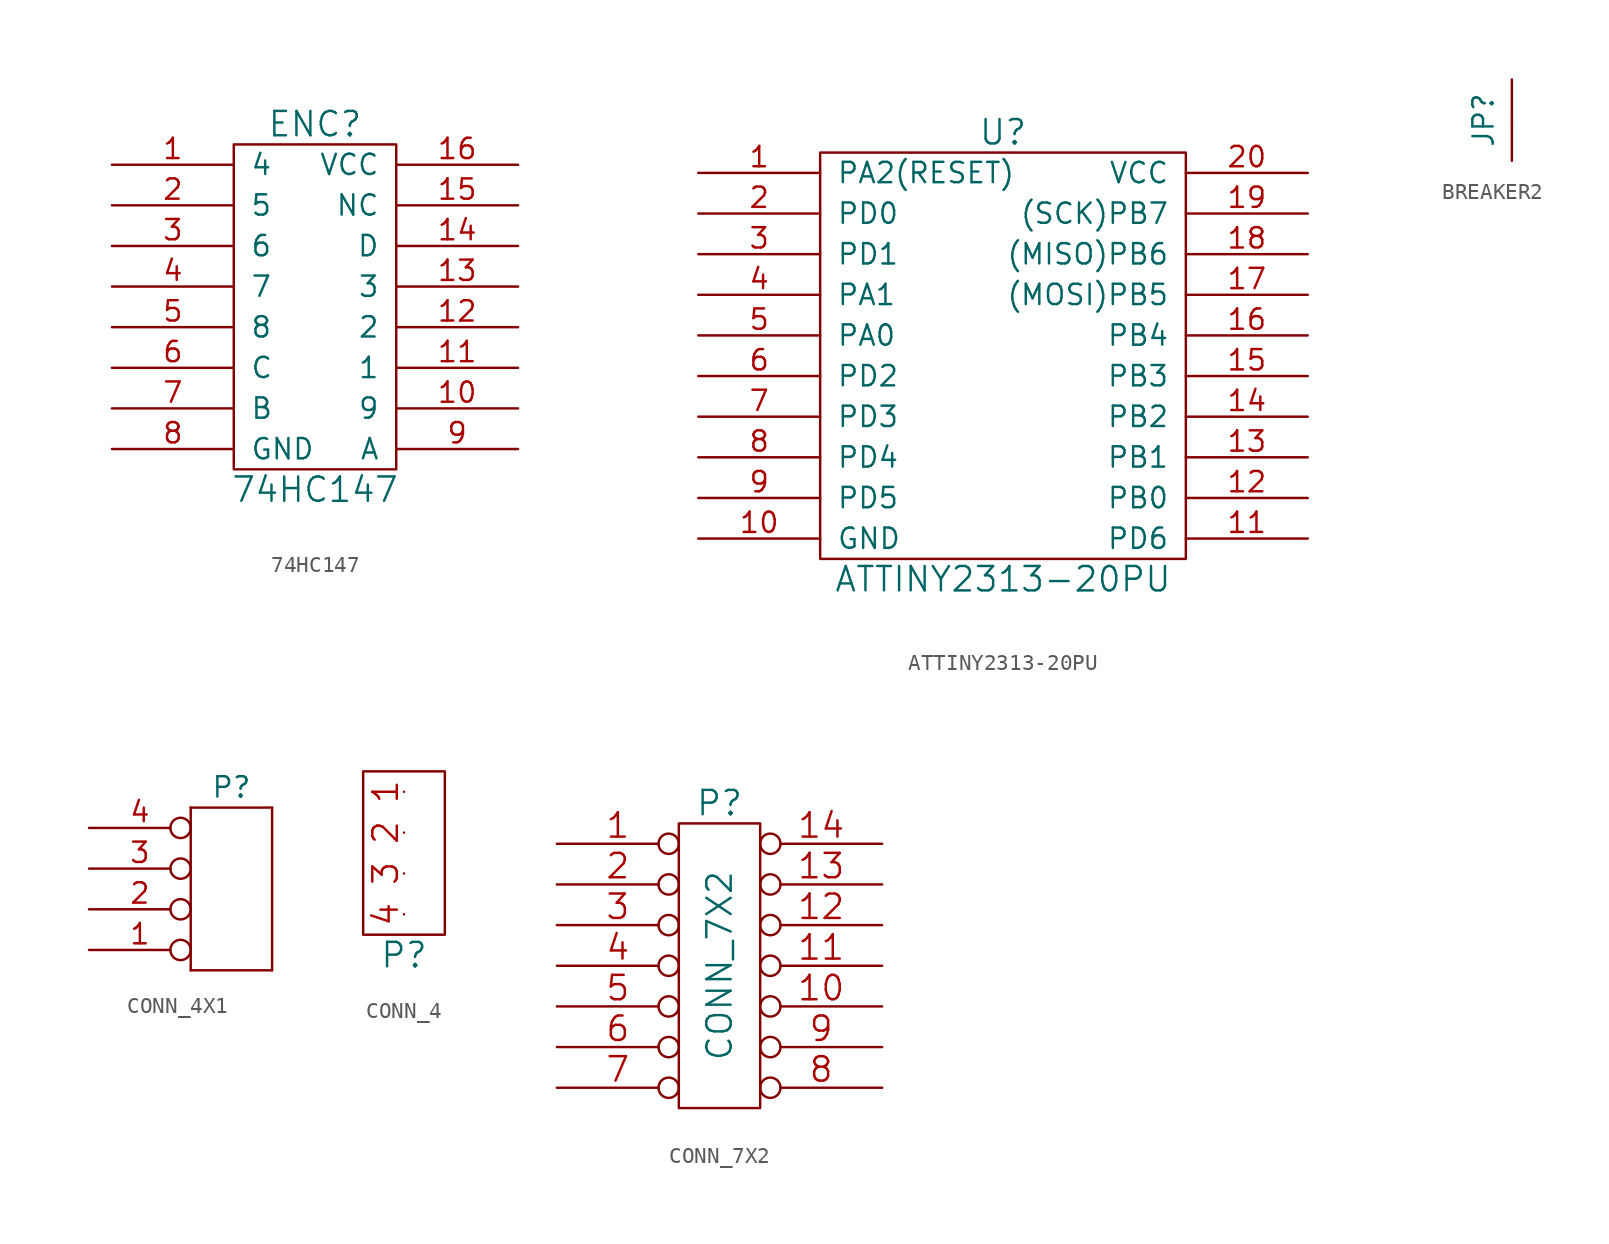
<source format=kicad_sym>
(kicad_symbol_lib
  (version 20211014)
  (generator kicad_symbol_editor)
  (symbol "74HC147"
    (pin_names
      (offset 1.016))
    (property "Reference" "ENC"
      (at 0 11.43 0)
      (effects (font (size 1.524 1.524))))
    (property "Value" "74HC147"
      (at 0 -11.43 0)
      (effects (font (size 1.524 1.524))))
    (property "Footprint" ""
      (at 0 0 0)
      (effects (font (size 1.524 1.524))))
    (property "Datasheet" ""
      (at 0 0 0)
      (effects (font (size 1.524 1.524))))
    (symbol "74HC147_0_1"
      (rectangle (start -5.08 10.16) (end 5.08 -10.16) (stroke (width 0) (type default) (color 0 0 0 0)) (fill (type none))))
    (symbol "74HC147_1_1"
      (pin input line (at -12.7 8.89 0) (length 7.62) (name "4" (effects (font (size 1.27 1.27)))) (number "1" (effects (font (size 1.27 1.27)))))
      (pin input line (at 12.7 -6.35 180) (length 7.62) (name "9" (effects (font (size 1.27 1.27)))) (number "10" (effects (font (size 1.27 1.27)))))
      (pin input line (at 12.7 -3.81 180) (length 7.62) (name "1" (effects (font (size 1.27 1.27)))) (number "11" (effects (font (size 1.27 1.27)))))
      (pin input line (at 12.7 -1.27 180) (length 7.62) (name "2" (effects (font (size 1.27 1.27)))) (number "12" (effects (font (size 1.27 1.27)))))
      (pin input line (at 12.7 1.27 180) (length 7.62) (name "3" (effects (font (size 1.27 1.27)))) (number "13" (effects (font (size 1.27 1.27)))))
      (pin input line (at 12.7 3.81 180) (length 7.62) (name "D" (effects (font (size 1.27 1.27)))) (number "14" (effects (font (size 1.27 1.27)))))
      (pin input line (at 12.7 6.35 180) (length 7.62) (name "NC" (effects (font (size 1.27 1.27)))) (number "15" (effects (font (size 1.27 1.27)))))
      (pin input line (at 12.7 8.89 180) (length 7.62) (name "VCC" (effects (font (size 1.27 1.27)))) (number "16" (effects (font (size 1.27 1.27)))))
      (pin input line (at -12.7 6.35 0) (length 7.62) (name "5" (effects (font (size 1.27 1.27)))) (number "2" (effects (font (size 1.27 1.27)))))
      (pin input line (at -12.7 3.81 0) (length 7.62) (name "6" (effects (font (size 1.27 1.27)))) (number "3" (effects (font (size 1.27 1.27)))))
      (pin input line (at -12.7 1.27 0) (length 7.62) (name "7" (effects (font (size 1.27 1.27)))) (number "4" (effects (font (size 1.27 1.27)))))
      (pin input line (at -12.7 -1.27 0) (length 7.62) (name "8" (effects (font (size 1.27 1.27)))) (number "5" (effects (font (size 1.27 1.27)))))
      (pin input line (at -12.7 -3.81 0) (length 7.62) (name "C" (effects (font (size 1.27 1.27)))) (number "6" (effects (font (size 1.27 1.27)))))
      (pin input line (at -12.7 -6.35 0) (length 7.62) (name "B" (effects (font (size 1.27 1.27)))) (number "7" (effects (font (size 1.27 1.27)))))
      (pin input line (at -12.7 -8.89 0) (length 7.62) (name "GND" (effects (font (size 1.27 1.27)))) (number "8" (effects (font (size 1.27 1.27)))))
      (pin input line (at 12.7 -8.89 180) (length 7.62) (name "A" (effects (font (size 1.27 1.27)))) (number "9" (effects (font (size 1.27 1.27)))))))
  (symbol "ATTINY2313-20PU"
    (pin_names
      (offset 1.016))
    (property "Reference" "U"
      (at 0 13.97 0)
      (effects (font (size 1.524 1.524))))
    (property "Value" "ATTINY2313-20PU"
      (at 0 -13.97 0)
      (effects (font (size 1.524 1.524))))
    (property "Footprint" ""
      (at 0 0 0)
      (effects (font (size 1.524 1.524))))
    (property "Datasheet" ""
      (at 0 0 0)
      (effects (font (size 1.524 1.524))))
    (symbol "ATTINY2313-20PU_0_1"
      (rectangle (start -11.43 12.7) (end 11.43 -12.7) (stroke (width 0) (type default) (color 0 0 0 0)) (fill (type none))))
    (symbol "ATTINY2313-20PU_1_1"
      (pin input line (at -19.05 11.43 0) (length 7.62) (name "PA2(RESET)" (effects (font (size 1.27 1.27)))) (number "1" (effects (font (size 1.27 1.27)))))
      (pin output line (at -19.05 -11.43 0) (length 7.62) (name "GND" (effects (font (size 1.27 1.27)))) (number "10" (effects (font (size 1.27 1.27)))))
      (pin bidirectional line (at 19.05 -11.43 180) (length 7.62) (name "PD6" (effects (font (size 1.27 1.27)))) (number "11" (effects (font (size 1.27 1.27)))))
      (pin bidirectional line (at 19.05 -8.89 180) (length 7.62) (name "PB0" (effects (font (size 1.27 1.27)))) (number "12" (effects (font (size 1.27 1.27)))))
      (pin bidirectional line (at 19.05 -6.35 180) (length 7.62) (name "PB1" (effects (font (size 1.27 1.27)))) (number "13" (effects (font (size 1.27 1.27)))))
      (pin bidirectional line (at 19.05 -3.81 180) (length 7.62) (name "PB2" (effects (font (size 1.27 1.27)))) (number "14" (effects (font (size 1.27 1.27)))))
      (pin bidirectional line (at 19.05 -1.27 180) (length 7.62) (name "PB3" (effects (font (size 1.27 1.27)))) (number "15" (effects (font (size 1.27 1.27)))))
      (pin bidirectional line (at 19.05 1.27 180) (length 7.62) (name "PB4" (effects (font (size 1.27 1.27)))) (number "16" (effects (font (size 1.27 1.27)))))
      (pin bidirectional line (at 19.05 3.81 180) (length 7.62) (name "(MOSI)PB5" (effects (font (size 1.27 1.27)))) (number "17" (effects (font (size 1.27 1.27)))))
      (pin bidirectional line (at 19.05 6.35 180) (length 7.62) (name "(MISO)PB6" (effects (font (size 1.27 1.27)))) (number "18" (effects (font (size 1.27 1.27)))))
      (pin bidirectional line (at 19.05 8.89 180) (length 7.62) (name "(SCK)PB7" (effects (font (size 1.27 1.27)))) (number "19" (effects (font (size 1.27 1.27)))))
      (pin bidirectional line (at -19.05 8.89 0) (length 7.62) (name "PD0" (effects (font (size 1.27 1.27)))) (number "2" (effects (font (size 1.27 1.27)))))
      (pin input line (at 19.05 11.43 180) (length 7.62) (name "VCC" (effects (font (size 1.27 1.27)))) (number "20" (effects (font (size 1.27 1.27)))))
      (pin bidirectional line (at -19.05 6.35 0) (length 7.62) (name "PD1" (effects (font (size 1.27 1.27)))) (number "3" (effects (font (size 1.27 1.27)))))
      (pin input line (at -19.05 3.81 0) (length 7.62) (name "PA1" (effects (font (size 1.27 1.27)))) (number "4" (effects (font (size 1.27 1.27)))))
      (pin input line (at -19.05 1.27 0) (length 7.62) (name "PA0" (effects (font (size 1.27 1.27)))) (number "5" (effects (font (size 1.27 1.27)))))
      (pin bidirectional line (at -19.05 -1.27 0) (length 7.62) (name "PD2" (effects (font (size 1.27 1.27)))) (number "6" (effects (font (size 1.27 1.27)))))
      (pin bidirectional line (at -19.05 -3.81 0) (length 7.62) (name "PD3" (effects (font (size 1.27 1.27)))) (number "7" (effects (font (size 1.27 1.27)))))
      (pin bidirectional line (at -19.05 -6.35 0) (length 7.62) (name "PD4" (effects (font (size 1.27 1.27)))) (number "8" (effects (font (size 1.27 1.27)))))
      (pin bidirectional line (at -19.05 -8.89 0) (length 7.62) (name "PD5" (effects (font (size 1.27 1.27)))) (number "9" (effects (font (size 1.27 1.27)))))))
  (symbol "BREAKER2"
    (pin_numbers hide)
    (pin_names
      (offset 0))
    (property "Reference" "JP"
      (at -1.778 0 90)
      (effects (font (size 1.27 1.27))))
    (property "Footprint" ""
      (at 0 0 0)
      (effects (font (size 1.524 1.524))))
    (property "Datasheet" ""
      (at 0 0 0)
      (effects (font (size 1.524 1.524))))
    (symbol "BREAKER2_1_1"
      (pin passive line (at 0 2.54 270) (length 2.54) (name "~" (effects (font (size 1.524 1.524)))) (number "1" (effects (font (size 1.524 1.524)))))
      (pin passive line (at 0 -2.54 90) (length 2.54) (name "~" (effects (font (size 1.524 1.524)))) (number "2" (effects (font (size 1.524 1.524)))))))
  (symbol "CONN_4X1"
    (pin_names
      (offset 1.016) hide)
    (property "Reference" "P"
      (at 0 6.35 0)
      (effects (font (size 1.27 1.27))))
    (symbol "CONN_4X1_0_1"
      (rectangle (start -2.54 5.08) (end -2.54 -5.08) (stroke (width 0) (type default) (color 0 0 0 0)) (fill (type none)))
      (rectangle (start -2.54 5.08) (end 2.54 5.08) (stroke (width 0) (type default) (color 0 0 0 0)) (fill (type none)))
      (rectangle (start 2.54 -5.08) (end -2.54 -5.08) (stroke (width 0) (type default) (color 0 0 0 0)) (fill (type none)))
      (rectangle (start 2.54 5.08) (end 2.54 -5.08) (stroke (width 0) (type default) (color 0 0 0 0)) (fill (type none))))
    (symbol "CONN_4X1_1_1"
      (pin passive inverted (at -8.89 -3.81 0) (length 6.35) (name "P1" (effects (font (size 1.27 1.27)))) (number "1" (effects (font (size 1.27 1.27)))))
      (pin passive inverted (at -8.89 -1.27 0) (length 6.35) (name "P2" (effects (font (size 1.27 1.27)))) (number "2" (effects (font (size 1.27 1.27)))))
      (pin passive inverted (at -8.89 1.27 0) (length 6.35) (name "P3" (effects (font (size 1.27 1.27)))) (number "3" (effects (font (size 1.27 1.27)))))
      (pin passive inverted (at -8.89 3.81 0) (length 6.35) (name "P4" (effects (font (size 1.27 1.27)))) (number "4" (effects (font (size 1.27 1.27)))))))
  (symbol "CONN_4"
    (pin_names
      (offset 0.762) hide)
    (property "Reference" "P"
      (at 0 -6.35 0)
      (effects (font (size 1.524 1.524))))
    (property "Footprint" ""
      (at 0 -2.54 0)
      (effects (font (size 1.524 1.524))))
    (property "Datasheet" ""
      (at 0 -2.54 0)
      (effects (font (size 1.524 1.524))))
    (symbol "CONN_4_0_1"
      (rectangle (start -2.54 5.08) (end 2.54 -5.08) (stroke (width 0) (type default) (color 0 0 0 0)) (fill (type none))))
    (symbol "CONN_4_1_1"
      (pin passive line (at 0 3.81 90) (length 0) (name "1" (effects (font (size 1.524 1.524)))) (number "1" (effects (font (size 1.524 1.524)))))
      (pin passive line (at 0 1.27 90) (length 0) (name "2" (effects (font (size 1.524 1.524)))) (number "2" (effects (font (size 1.524 1.524)))))
      (pin passive line (at 0 -1.27 90) (length 0) (name "3" (effects (font (size 1.524 1.524)))) (number "3" (effects (font (size 1.524 1.524)))))
      (pin passive line (at 0 -3.81 90) (length 0) (name "4" (effects (font (size 1.524 1.524)))) (number "4" (effects (font (size 1.524 1.524)))))))
  (symbol "CONN_7X2"
    (pin_names
      (offset 1.016) hide)
    (property "Reference" "P"
      (at 0 10.16 0)
      (effects (font (size 1.524 1.524))))
    (property "Value" "CONN_7X2"
      (at 0 0 90)
      (effects (font (size 1.524 1.524))))
    (property "Footprint" ""
      (at 0 0 0)
      (effects (font (size 1.524 1.524))))
    (property "Datasheet" ""
      (at 0 0 0)
      (effects (font (size 1.524 1.524))))
    (symbol "CONN_7X2_0_1"
      (rectangle (start -2.54 8.89) (end 2.54 -8.89) (stroke (width 0) (type default) (color 0 0 0 0)) (fill (type none))))
    (symbol "CONN_7X2_1_1"
      (pin passive inverted (at -10.16 7.62 0) (length 7.62) (name "P1" (effects (font (size 1.524 1.524)))) (number "1" (effects (font (size 1.524 1.524)))))
      (pin passive inverted (at 10.16 -2.54 180) (length 7.62) (name "10" (effects (font (size 1.524 1.524)))) (number "10" (effects (font (size 1.524 1.524)))))
      (pin passive inverted (at 10.16 0 180) (length 7.62) (name "11" (effects (font (size 1.524 1.524)))) (number "11" (effects (font (size 1.524 1.524)))))
      (pin passive inverted (at 10.16 2.54 180) (length 7.62) (name "12" (effects (font (size 1.524 1.524)))) (number "12" (effects (font (size 1.524 1.524)))))
      (pin passive inverted (at 10.16 5.08 180) (length 7.62) (name "13" (effects (font (size 1.524 1.524)))) (number "13" (effects (font (size 1.524 1.524)))))
      (pin passive inverted (at 10.16 7.62 180) (length 7.62) (name "14" (effects (font (size 1.524 1.524)))) (number "14" (effects (font (size 1.524 1.524)))))
      (pin passive inverted (at -10.16 5.08 0) (length 7.62) (name "2" (effects (font (size 1.524 1.524)))) (number "2" (effects (font (size 1.524 1.524)))))
      (pin passive inverted (at -10.16 2.54 0) (length 7.62) (name "3" (effects (font (size 1.524 1.524)))) (number "3" (effects (font (size 1.524 1.524)))))
      (pin passive inverted (at -10.16 0 0) (length 7.62) (name "4" (effects (font (size 1.524 1.524)))) (number "4" (effects (font (size 1.524 1.524)))))
      (pin passive inverted (at -10.16 -2.54 0) (length 7.62) (name "5" (effects (font (size 1.524 1.524)))) (number "5" (effects (font (size 1.524 1.524)))))
      (pin passive inverted (at -10.16 -5.08 0) (length 7.62) (name "6" (effects (font (size 1.524 1.524)))) (number "6" (effects (font (size 1.524 1.524)))))
      (pin passive inverted (at -10.16 -7.62 0) (length 7.62) (name "7" (effects (font (size 1.524 1.524)))) (number "7" (effects (font (size 1.524 1.524)))))
      (pin passive inverted (at 10.16 -7.62 180) (length 7.62) (name "8" (effects (font (size 1.524 1.524)))) (number "8" (effects (font (size 1.524 1.524)))))
      (pin passive inverted (at 10.16 -5.08 180) (length 7.62) (name "9" (effects (font (size 1.524 1.524)))) (number "9" (effects (font (size 1.524 1.524))))))))
</source>
